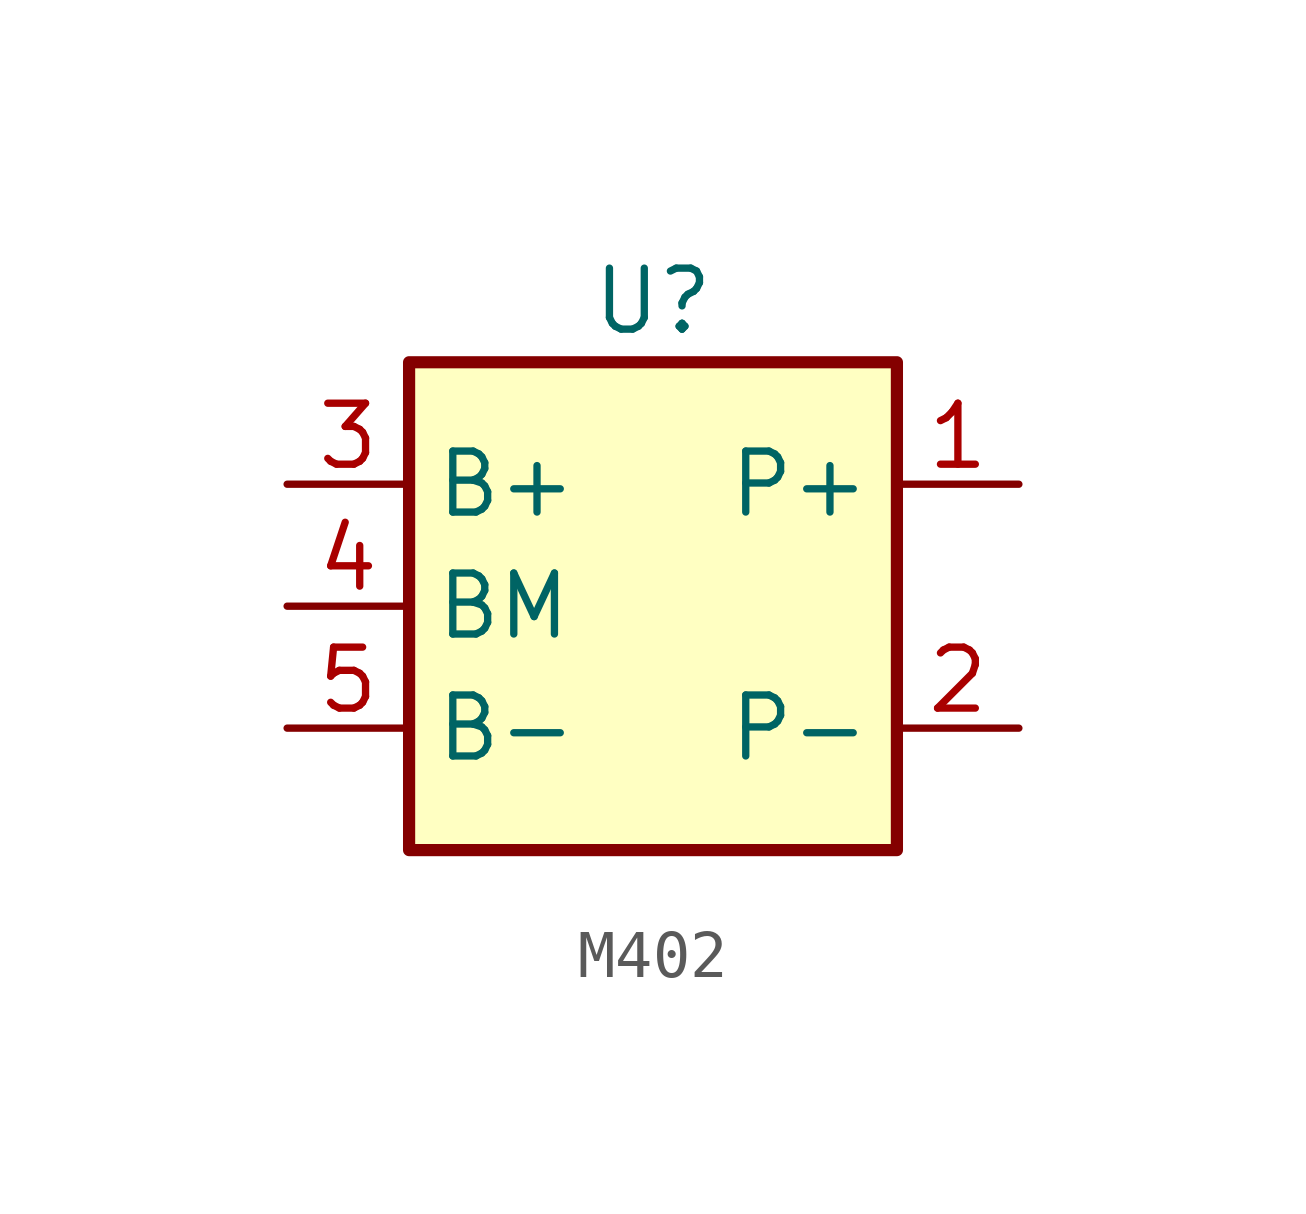
<source format=kicad_sym>
(kicad_symbol_lib
  (version 20231120)
  (generator "kicad_symbol_editor")
  (generator_version "8.0")
  (symbol "M402"
    (property "Reference" "U"
      (at 0 6.35 0)
      (effects (font (size 1.27 1.27))))
    (property "Value" ""
      (at 1.27 5.08 0)
      (effects (font (size 1.27 1.27))))
    (symbol "M402_1_1"
      (rectangle (start -5.08 5.08) (end 5.08 -5.08) (stroke (width 0.254) (type default)) (fill (type background)))
      (pin output line (at 7.62 2.54 180) (length 2.54) (name "P+" (effects (font (size 1.27 1.27)))) (number "1" (effects (font (size 1.27 1.27)))))
      (pin output line (at 7.62 -2.54 180) (length 2.54) (name "P-" (effects (font (size 1.27 1.27)))) (number "2" (effects (font (size 1.27 1.27)))))
      (pin input line (at -7.62 2.54 0) (length 2.54) (name "B+" (effects (font (size 1.27 1.27)))) (number "3" (effects (font (size 1.27 1.27)))))
      (pin input line (at -7.62 0 0) (length 2.54) (name "BM" (effects (font (size 1.27 1.27)))) (number "4" (effects (font (size 1.27 1.27)))))
      (pin input line (at -7.62 -2.54 0) (length 2.54) (name "B-" (effects (font (size 1.27 1.27)))) (number "5" (effects (font (size 1.27 1.27))))))))
</source>
